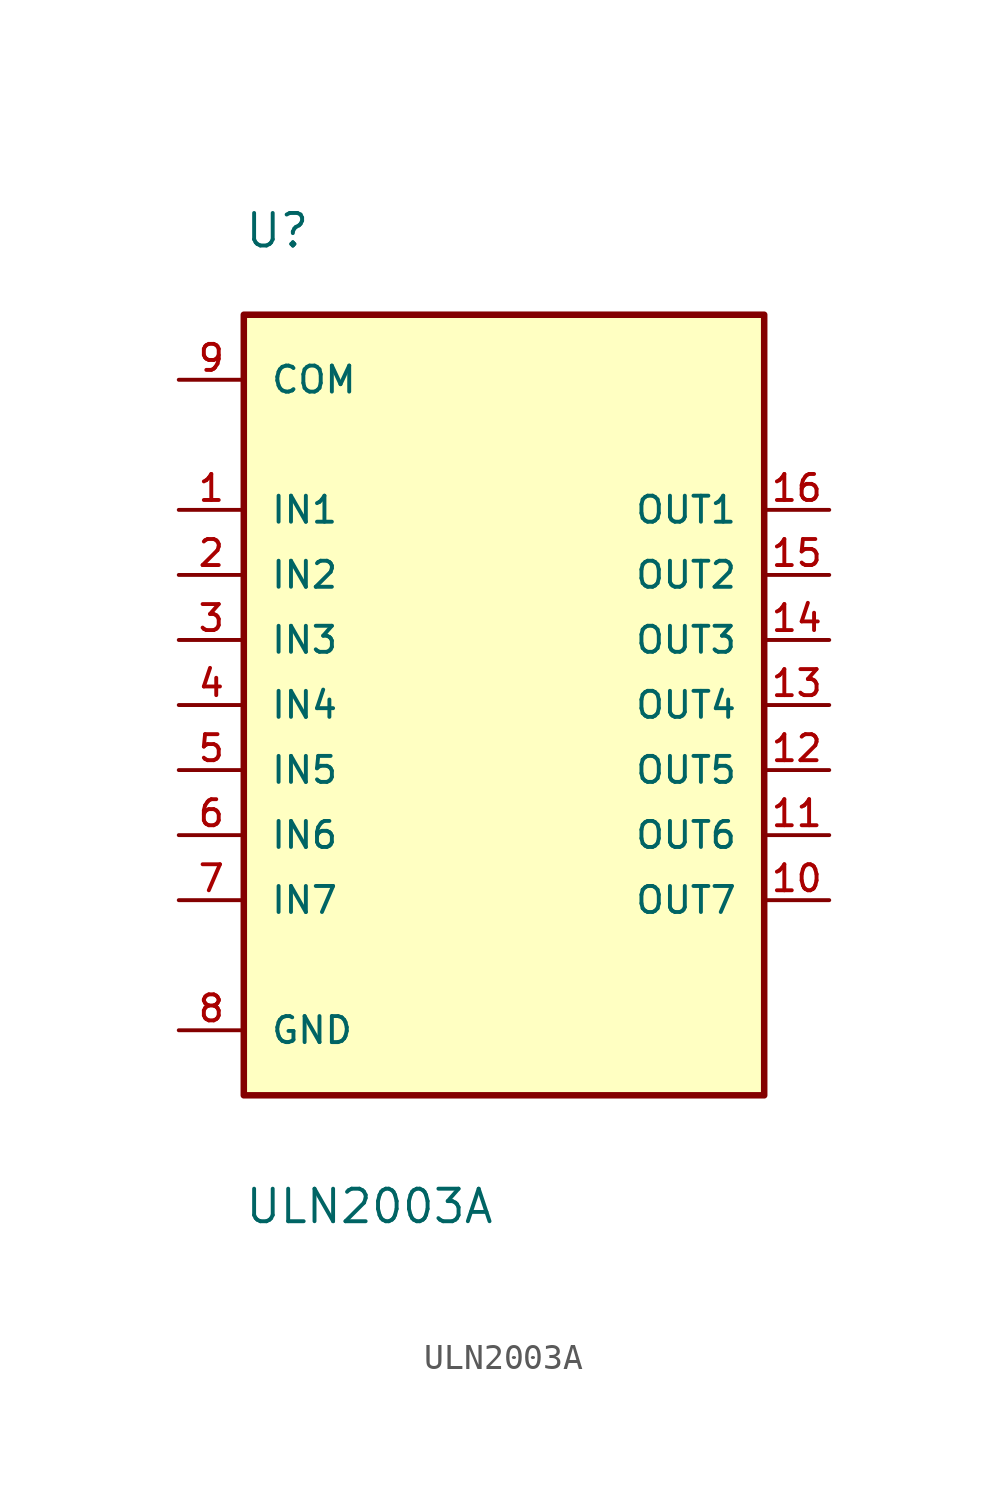
<source format=kicad_sym>
(kicad_symbol_lib
  (version 20211014)
  (generator kicad_symbol_editor)
  (symbol "ULN2003A"
    (pin_names
      (offset 1.016))
    (property "Reference" "U"
      (at -10.16 17.78 0)
      (effects (font (size 1.27 1.27)) (justify bottom left)))
    (property "Value" "ULN2003A"
      (at -10.16 -20.32 0)
      (effects (font (size 1.27 1.27)) (justify bottom left)))
    (symbol "ULN2003A_0_0"
      (rectangle (start -10.16 -15.24) (end 10.16 15.24) (stroke (width 0.254)) (fill (type background)))
      (pin bidirectional line (at -12.7 -7.62 0) (length 2.54) (name "IN7" (effects (font (size 1.016 1.016)))) (number "7" (effects (font (size 1.016 1.016)))))
      (pin bidirectional line (at -12.7 -5.08 0) (length 2.54) (name "IN6" (effects (font (size 1.016 1.016)))) (number "6" (effects (font (size 1.016 1.016)))))
      (pin bidirectional line (at -12.7 -2.54 0) (length 2.54) (name "IN5" (effects (font (size 1.016 1.016)))) (number "5" (effects (font (size 1.016 1.016)))))
      (pin bidirectional line (at -12.7 0.0 0) (length 2.54) (name "IN4" (effects (font (size 1.016 1.016)))) (number "4" (effects (font (size 1.016 1.016)))))
      (pin bidirectional line (at -12.7 2.54 0) (length 2.54) (name "IN3" (effects (font (size 1.016 1.016)))) (number "3" (effects (font (size 1.016 1.016)))))
      (pin bidirectional line (at -12.7 5.08 0) (length 2.54) (name "IN2" (effects (font (size 1.016 1.016)))) (number "2" (effects (font (size 1.016 1.016)))))
      (pin bidirectional line (at -12.7 7.62 0) (length 2.54) (name "IN1" (effects (font (size 1.016 1.016)))) (number "1" (effects (font (size 1.016 1.016)))))
      (pin bidirectional line (at 12.7 -7.62 180.0) (length 2.54) (name "OUT7" (effects (font (size 1.016 1.016)))) (number "10" (effects (font (size 1.016 1.016)))))
      (pin bidirectional line (at 12.7 -5.08 180.0) (length 2.54) (name "OUT6" (effects (font (size 1.016 1.016)))) (number "11" (effects (font (size 1.016 1.016)))))
      (pin bidirectional line (at 12.7 -2.54 180.0) (length 2.54) (name "OUT5" (effects (font (size 1.016 1.016)))) (number "12" (effects (font (size 1.016 1.016)))))
      (pin bidirectional line (at 12.7 0.0 180.0) (length 2.54) (name "OUT4" (effects (font (size 1.016 1.016)))) (number "13" (effects (font (size 1.016 1.016)))))
      (pin bidirectional line (at 12.7 2.54 180.0) (length 2.54) (name "OUT3" (effects (font (size 1.016 1.016)))) (number "14" (effects (font (size 1.016 1.016)))))
      (pin bidirectional line (at 12.7 5.08 180.0) (length 2.54) (name "OUT2" (effects (font (size 1.016 1.016)))) (number "15" (effects (font (size 1.016 1.016)))))
      (pin bidirectional line (at 12.7 7.62 180.0) (length 2.54) (name "OUT1" (effects (font (size 1.016 1.016)))) (number "16" (effects (font (size 1.016 1.016)))))
      (pin bidirectional line (at -12.7 -12.7 0) (length 2.54) (name "GND" (effects (font (size 1.016 1.016)))) (number "8" (effects (font (size 1.016 1.016)))))
      (pin bidirectional line (at -12.7 12.7 0) (length 2.54) (name "COM" (effects (font (size 1.016 1.016)))) (number "9" (effects (font (size 1.016 1.016))))))))
</source>
